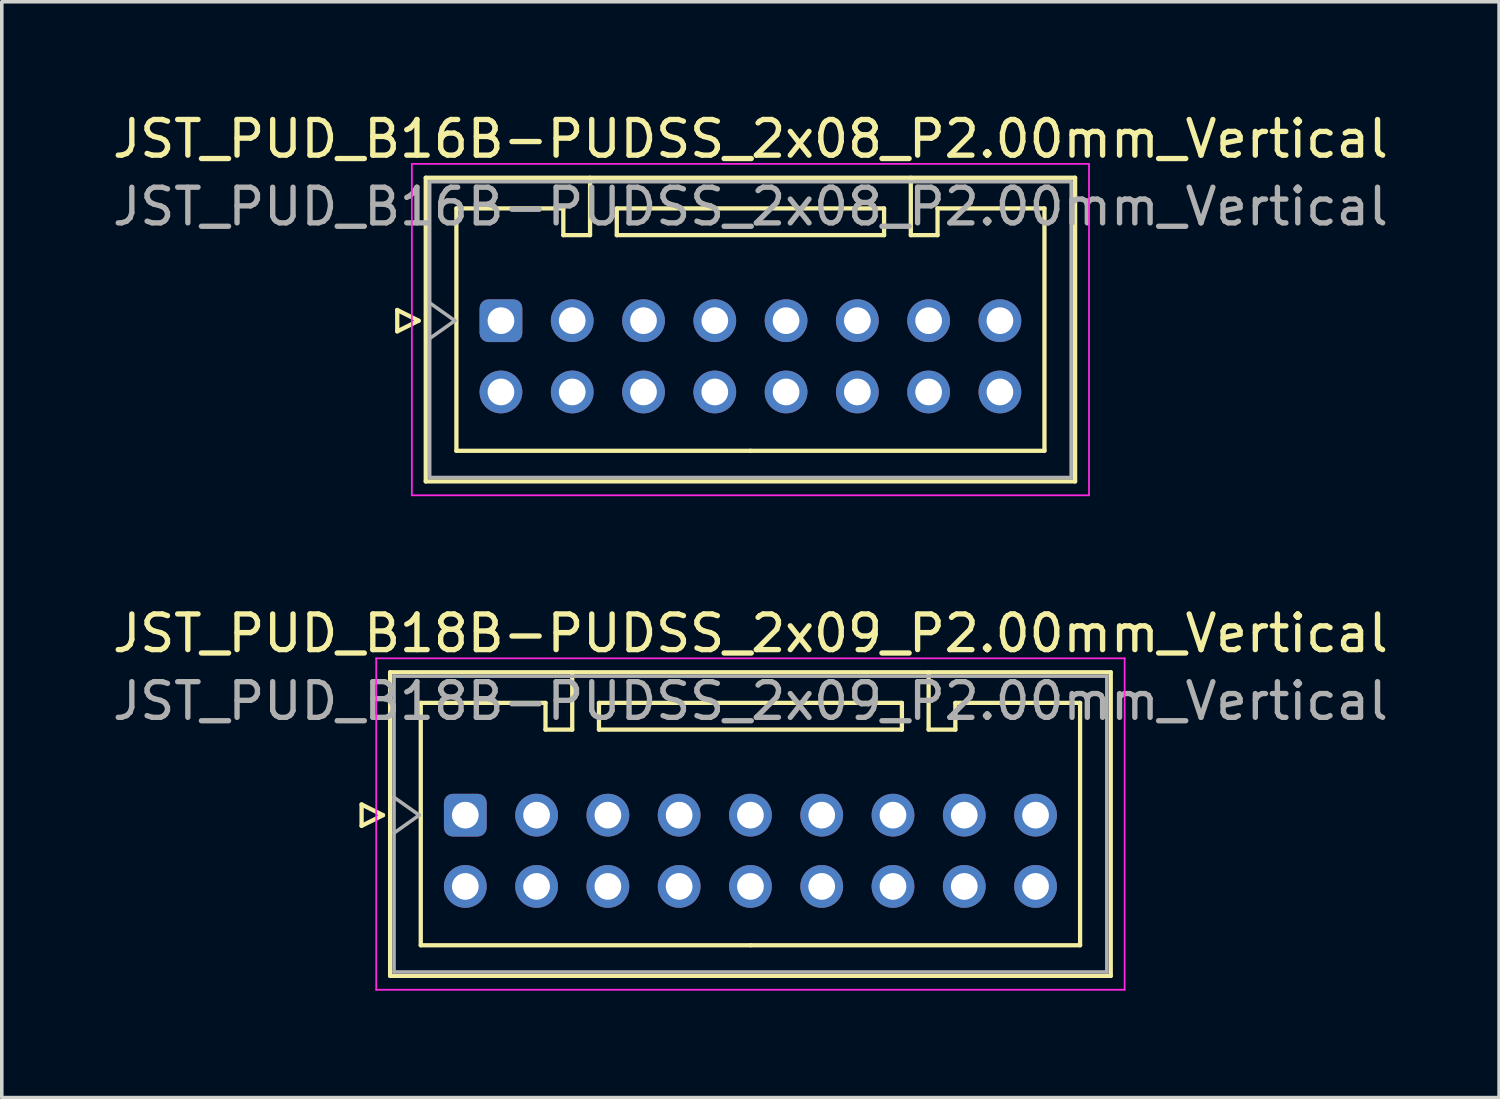
<source format=kicad_pcb>
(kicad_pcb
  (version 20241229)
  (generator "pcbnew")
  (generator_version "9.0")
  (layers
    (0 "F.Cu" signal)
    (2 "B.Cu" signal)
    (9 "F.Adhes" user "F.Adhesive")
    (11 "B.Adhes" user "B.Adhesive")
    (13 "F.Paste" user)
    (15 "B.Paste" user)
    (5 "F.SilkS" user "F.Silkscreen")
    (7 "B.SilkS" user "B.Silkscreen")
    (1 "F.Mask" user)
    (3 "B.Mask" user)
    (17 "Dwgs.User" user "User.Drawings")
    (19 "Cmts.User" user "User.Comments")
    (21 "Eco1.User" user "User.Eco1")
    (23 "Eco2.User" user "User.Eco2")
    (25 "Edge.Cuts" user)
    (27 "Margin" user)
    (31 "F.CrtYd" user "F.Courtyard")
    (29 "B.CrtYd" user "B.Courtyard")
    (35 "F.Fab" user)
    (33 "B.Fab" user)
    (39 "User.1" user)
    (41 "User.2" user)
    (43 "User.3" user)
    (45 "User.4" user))
  (footprint "JST_PUD_B18B-PUDSS_2x09_P2.00mm_Vertical"
    (layer "F.Cu")
    (at 10.006 19.822)
    (property "Reference" "JST_PUD_B18B-PUDSS_2x09_P2.00mm_Vertical" (at 8 -5.1 0) (layer "F.SilkS") (effects (font (size 1 1) (thickness 0.15))))
    (attr through_hole)
    (fp_line (start -2.91 -0.3) (end -2.31 0) (stroke (width 0.12) (type solid)) (layer "F.SilkS"))
    (fp_line (start -2.91 0.3) (end -2.91 -0.3) (stroke (width 0.12) (type solid)) (layer "F.SilkS"))
    (fp_line (start -2.31 0) (end -2.91 0.3) (stroke (width 0.12) (type solid)) (layer "F.SilkS"))
    (fp_line (start -2.11 -4.01) (end -2.11 4.51) (stroke (width 0.12) (type solid)) (layer "F.SilkS"))
    (fp_line (start -2.11 4.51) (end 18.11 4.51) (stroke (width 0.12) (type solid)) (layer "F.SilkS"))
    (fp_line (start -1.25 -3.15) (end -1.25 3.65) (stroke (width 0.12) (type solid)) (layer "F.SilkS"))
    (fp_line (start -1.25 3.65) (end 8 3.65) (stroke (width 0.12) (type solid)) (layer "F.SilkS"))
    (fp_line (start 2.25 -3.15) (end -1.25 -3.15) (stroke (width 0.12) (type solid)) (layer "F.SilkS"))
    (fp_line (start 2.25 -2.4) (end 2.25 -3.15) (stroke (width 0.12) (type solid)) (layer "F.SilkS"))
    (fp_line (start 3 -4.01) (end 3 -2.4) (stroke (width 0.12) (type solid)) (layer "F.SilkS"))
    (fp_line (start 3 -2.4) (end 2.25 -2.4) (stroke (width 0.12) (type solid)) (layer "F.SilkS"))
    (fp_line (start 3.75 -3.15) (end 3.75 -2.4) (stroke (width 0.12) (type solid)) (layer "F.SilkS"))
    (fp_line (start 3.75 -2.4) (end 12.25 -2.4) (stroke (width 0.12) (type solid)) (layer "F.SilkS"))
    (fp_line (start 12.25 -3.15) (end 3.75 -3.15) (stroke (width 0.12) (type solid)) (layer "F.SilkS"))
    (fp_line (start 12.25 -2.4) (end 12.25 -3.15) (stroke (width 0.12) (type solid)) (layer "F.SilkS"))
    (fp_line (start 13 -4.01) (end 13 -2.4) (stroke (width 0.12) (type solid)) (layer "F.SilkS"))
    (fp_line (start 13 -2.4) (end 13.75 -2.4) (stroke (width 0.12) (type solid)) (layer "F.SilkS"))
    (fp_line (start 13.75 -3.15) (end 17.25 -3.15) (stroke (width 0.12) (type solid)) (layer "F.SilkS"))
    (fp_line (start 13.75 -2.4) (end 13.75 -3.15) (stroke (width 0.12) (type solid)) (layer "F.SilkS"))
    (fp_line (start 17.25 -3.15) (end 17.25 3.65) (stroke (width 0.12) (type solid)) (layer "F.SilkS"))
    (fp_line (start 17.25 3.65) (end 8 3.65) (stroke (width 0.12) (type solid)) (layer "F.SilkS"))
    (fp_line (start 18.11 -4.01) (end -2.11 -4.01) (stroke (width 0.12) (type solid)) (layer "F.SilkS"))
    (fp_line (start 18.11 4.51) (end 18.11 -4.01) (stroke (width 0.12) (type solid)) (layer "F.SilkS"))
    (fp_line (start -2.5 -4.4) (end -2.5 4.9) (stroke (width 0.05) (type solid)) (layer "F.CrtYd"))
    (fp_line (start -2.5 4.9) (end 18.5 4.9) (stroke (width 0.05) (type solid)) (layer "F.CrtYd"))
    (fp_line (start 18.5 -4.4) (end -2.5 -4.4) (stroke (width 0.05) (type solid)) (layer "F.CrtYd"))
    (fp_line (start 18.5 4.9) (end 18.5 -4.4) (stroke (width 0.05) (type solid)) (layer "F.CrtYd"))
    (fp_line (start -2 -3.9) (end -2 4.4) (stroke (width 0.1) (type solid)) (layer "F.Fab"))
    (fp_line (start -2 0.5) (end -1.293 0) (stroke (width 0.1) (type solid)) (layer "F.Fab"))
    (fp_line (start -2 4.4) (end 18 4.4) (stroke (width 0.1) (type solid)) (layer "F.Fab"))
    (fp_line (start -1.293 0) (end -2 -0.5) (stroke (width 0.1) (type solid)) (layer "F.Fab"))
    (fp_line (start 18 -3.9) (end -2 -3.9) (stroke (width 0.1) (type solid)) (layer "F.Fab"))
    (fp_line (start 18 4.4) (end 18 -3.9) (stroke (width 0.1) (type solid)) (layer "F.Fab"))
    (fp_text user "${REFERENCE}" (at 8 -3.2 0) (layer "F.Fab") (effects (font (size 1 1) (thickness 0.15))))
    (pad "1" thru_hole roundrect (at 0 0) (size 1.2 1.2) (drill 0.75) (layers "*.Cu" "*.Mask") (roundrect_rratio 0.208))
    (pad "2" thru_hole circle (at 0 2) (size 1.2 1.2) (drill 0.75) (layers "*.Cu" "*.Mask"))
    (pad "3" thru_hole circle (at 2 0) (size 1.2 1.2) (drill 0.75) (layers "*.Cu" "*.Mask"))
    (pad "4" thru_hole circle (at 2 2) (size 1.2 1.2) (drill 0.75) (layers "*.Cu" "*.Mask"))
    (pad "5" thru_hole circle (at 4 0) (size 1.2 1.2) (drill 0.75) (layers "*.Cu" "*.Mask"))
    (pad "6" thru_hole circle (at 4 2) (size 1.2 1.2) (drill 0.75) (layers "*.Cu" "*.Mask"))
    (pad "7" thru_hole circle (at 6 0) (size 1.2 1.2) (drill 0.75) (layers "*.Cu" "*.Mask"))
    (pad "8" thru_hole circle (at 6 2) (size 1.2 1.2) (drill 0.75) (layers "*.Cu" "*.Mask"))
    (pad "9" thru_hole circle (at 8 0) (size 1.2 1.2) (drill 0.75) (layers "*.Cu" "*.Mask"))
    (pad "10" thru_hole circle (at 8 2) (size 1.2 1.2) (drill 0.75) (layers "*.Cu" "*.Mask"))
    (pad "11" thru_hole circle (at 10 0) (size 1.2 1.2) (drill 0.75) (layers "*.Cu" "*.Mask"))
    (pad "12" thru_hole circle (at 10 2) (size 1.2 1.2) (drill 0.75) (layers "*.Cu" "*.Mask"))
    (pad "13" thru_hole circle (at 12 0) (size 1.2 1.2) (drill 0.75) (layers "*.Cu" "*.Mask"))
    (pad "14" thru_hole circle (at 12 2) (size 1.2 1.2) (drill 0.75) (layers "*.Cu" "*.Mask"))
    (pad "15" thru_hole circle (at 14 0) (size 1.2 1.2) (drill 0.75) (layers "*.Cu" "*.Mask"))
    (pad "16" thru_hole circle (at 14 2) (size 1.2 1.2) (drill 0.75) (layers "*.Cu" "*.Mask"))
    (pad "17" thru_hole circle (at 16 0) (size 1.2 1.2) (drill 0.75) (layers "*.Cu" "*.Mask"))
    (pad "18" thru_hole circle (at 16 2) (size 1.2 1.2) (drill 0.75) (layers "*.Cu" "*.Mask")))
  (footprint "JST_PUD_B16B-PUDSS_2x08_P2.00mm_Vertical"
    (layer "F.Cu")
    (at 11.006 5.948)
    (property "Reference" "JST_PUD_B16B-PUDSS_2x08_P2.00mm_Vertical" (at 7 -5.1 0) (layer "F.SilkS") (effects (font (size 1 1) (thickness 0.15))))
    (attr through_hole)
    (fp_line (start -2.91 -0.3) (end -2.31 0) (stroke (width 0.12) (type solid)) (layer "F.SilkS"))
    (fp_line (start -2.91 0.3) (end -2.91 -0.3) (stroke (width 0.12) (type solid)) (layer "F.SilkS"))
    (fp_line (start -2.31 0) (end -2.91 0.3) (stroke (width 0.12) (type solid)) (layer "F.SilkS"))
    (fp_line (start -2.11 -4.01) (end -2.11 4.51) (stroke (width 0.12) (type solid)) (layer "F.SilkS"))
    (fp_line (start -2.11 4.51) (end 16.11 4.51) (stroke (width 0.12) (type solid)) (layer "F.SilkS"))
    (fp_line (start -1.25 -3.15) (end -1.25 3.65) (stroke (width 0.12) (type solid)) (layer "F.SilkS"))
    (fp_line (start -1.25 3.65) (end 7 3.65) (stroke (width 0.12) (type solid)) (layer "F.SilkS"))
    (fp_line (start 1.75 -3.15) (end -1.25 -3.15) (stroke (width 0.12) (type solid)) (layer "F.SilkS"))
    (fp_line (start 1.75 -2.4) (end 1.75 -3.15) (stroke (width 0.12) (type solid)) (layer "F.SilkS"))
    (fp_line (start 2.5 -4.01) (end 2.5 -2.4) (stroke (width 0.12) (type solid)) (layer "F.SilkS"))
    (fp_line (start 2.5 -2.4) (end 1.75 -2.4) (stroke (width 0.12) (type solid)) (layer "F.SilkS"))
    (fp_line (start 3.25 -3.15) (end 3.25 -2.4) (stroke (width 0.12) (type solid)) (layer "F.SilkS"))
    (fp_line (start 3.25 -2.4) (end 10.75 -2.4) (stroke (width 0.12) (type solid)) (layer "F.SilkS"))
    (fp_line (start 10.75 -3.15) (end 3.25 -3.15) (stroke (width 0.12) (type solid)) (layer "F.SilkS"))
    (fp_line (start 10.75 -2.4) (end 10.75 -3.15) (stroke (width 0.12) (type solid)) (layer "F.SilkS"))
    (fp_line (start 11.5 -4.01) (end 11.5 -2.4) (stroke (width 0.12) (type solid)) (layer "F.SilkS"))
    (fp_line (start 11.5 -2.4) (end 12.25 -2.4) (stroke (width 0.12) (type solid)) (layer "F.SilkS"))
    (fp_line (start 12.25 -3.15) (end 15.25 -3.15) (stroke (width 0.12) (type solid)) (layer "F.SilkS"))
    (fp_line (start 12.25 -2.4) (end 12.25 -3.15) (stroke (width 0.12) (type solid)) (layer "F.SilkS"))
    (fp_line (start 15.25 -3.15) (end 15.25 3.65) (stroke (width 0.12) (type solid)) (layer "F.SilkS"))
    (fp_line (start 15.25 3.65) (end 7 3.65) (stroke (width 0.12) (type solid)) (layer "F.SilkS"))
    (fp_line (start 16.11 -4.01) (end -2.11 -4.01) (stroke (width 0.12) (type solid)) (layer "F.SilkS"))
    (fp_line (start 16.11 4.51) (end 16.11 -4.01) (stroke (width 0.12) (type solid)) (layer "F.SilkS"))
    (fp_line (start -2.5 -4.4) (end -2.5 4.9) (stroke (width 0.05) (type solid)) (layer "F.CrtYd"))
    (fp_line (start -2.5 4.9) (end 16.5 4.9) (stroke (width 0.05) (type solid)) (layer "F.CrtYd"))
    (fp_line (start 16.5 -4.4) (end -2.5 -4.4) (stroke (width 0.05) (type solid)) (layer "F.CrtYd"))
    (fp_line (start 16.5 4.9) (end 16.5 -4.4) (stroke (width 0.05) (type solid)) (layer "F.CrtYd"))
    (fp_line (start -2 -3.9) (end -2 4.4) (stroke (width 0.1) (type solid)) (layer "F.Fab"))
    (fp_line (start -2 0.5) (end -1.293 0) (stroke (width 0.1) (type solid)) (layer "F.Fab"))
    (fp_line (start -2 4.4) (end 16 4.4) (stroke (width 0.1) (type solid)) (layer "F.Fab"))
    (fp_line (start -1.293 0) (end -2 -0.5) (stroke (width 0.1) (type solid)) (layer "F.Fab"))
    (fp_line (start 16 -3.9) (end -2 -3.9) (stroke (width 0.1) (type solid)) (layer "F.Fab"))
    (fp_line (start 16 4.4) (end 16 -3.9) (stroke (width 0.1) (type solid)) (layer "F.Fab"))
    (fp_text user "${REFERENCE}" (at 7 -3.2 0) (layer "F.Fab") (effects (font (size 1 1) (thickness 0.15))))
    (pad "1" thru_hole roundrect (at 0 0) (size 1.2 1.2) (drill 0.75) (layers "*.Cu" "*.Mask") (roundrect_rratio 0.208))
    (pad "2" thru_hole circle (at 0 2) (size 1.2 1.2) (drill 0.75) (layers "*.Cu" "*.Mask"))
    (pad "3" thru_hole circle (at 2 0) (size 1.2 1.2) (drill 0.75) (layers "*.Cu" "*.Mask"))
    (pad "4" thru_hole circle (at 2 2) (size 1.2 1.2) (drill 0.75) (layers "*.Cu" "*.Mask"))
    (pad "5" thru_hole circle (at 4 0) (size 1.2 1.2) (drill 0.75) (layers "*.Cu" "*.Mask"))
    (pad "6" thru_hole circle (at 4 2) (size 1.2 1.2) (drill 0.75) (layers "*.Cu" "*.Mask"))
    (pad "7" thru_hole circle (at 6 0) (size 1.2 1.2) (drill 0.75) (layers "*.Cu" "*.Mask"))
    (pad "8" thru_hole circle (at 6 2) (size 1.2 1.2) (drill 0.75) (layers "*.Cu" "*.Mask"))
    (pad "9" thru_hole circle (at 8 0) (size 1.2 1.2) (drill 0.75) (layers "*.Cu" "*.Mask"))
    (pad "10" thru_hole circle (at 8 2) (size 1.2 1.2) (drill 0.75) (layers "*.Cu" "*.Mask"))
    (pad "11" thru_hole circle (at 10 0) (size 1.2 1.2) (drill 0.75) (layers "*.Cu" "*.Mask"))
    (pad "12" thru_hole circle (at 10 2) (size 1.2 1.2) (drill 0.75) (layers "*.Cu" "*.Mask"))
    (pad "13" thru_hole circle (at 12 0) (size 1.2 1.2) (drill 0.75) (layers "*.Cu" "*.Mask"))
    (pad "14" thru_hole circle (at 12 2) (size 1.2 1.2) (drill 0.75) (layers "*.Cu" "*.Mask"))
    (pad "15" thru_hole circle (at 14 0) (size 1.2 1.2) (drill 0.75) (layers "*.Cu" "*.Mask"))
    (pad "16" thru_hole circle (at 14 2) (size 1.2 1.2) (drill 0.75) (layers "*.Cu" "*.Mask")))
  (gr_rect
    (start -3 -3)
    (end 39.012 27.747)
    (stroke (width 0.1) (type default))
    (fill no)
    (layer "Edge.Cuts")))
</source>
